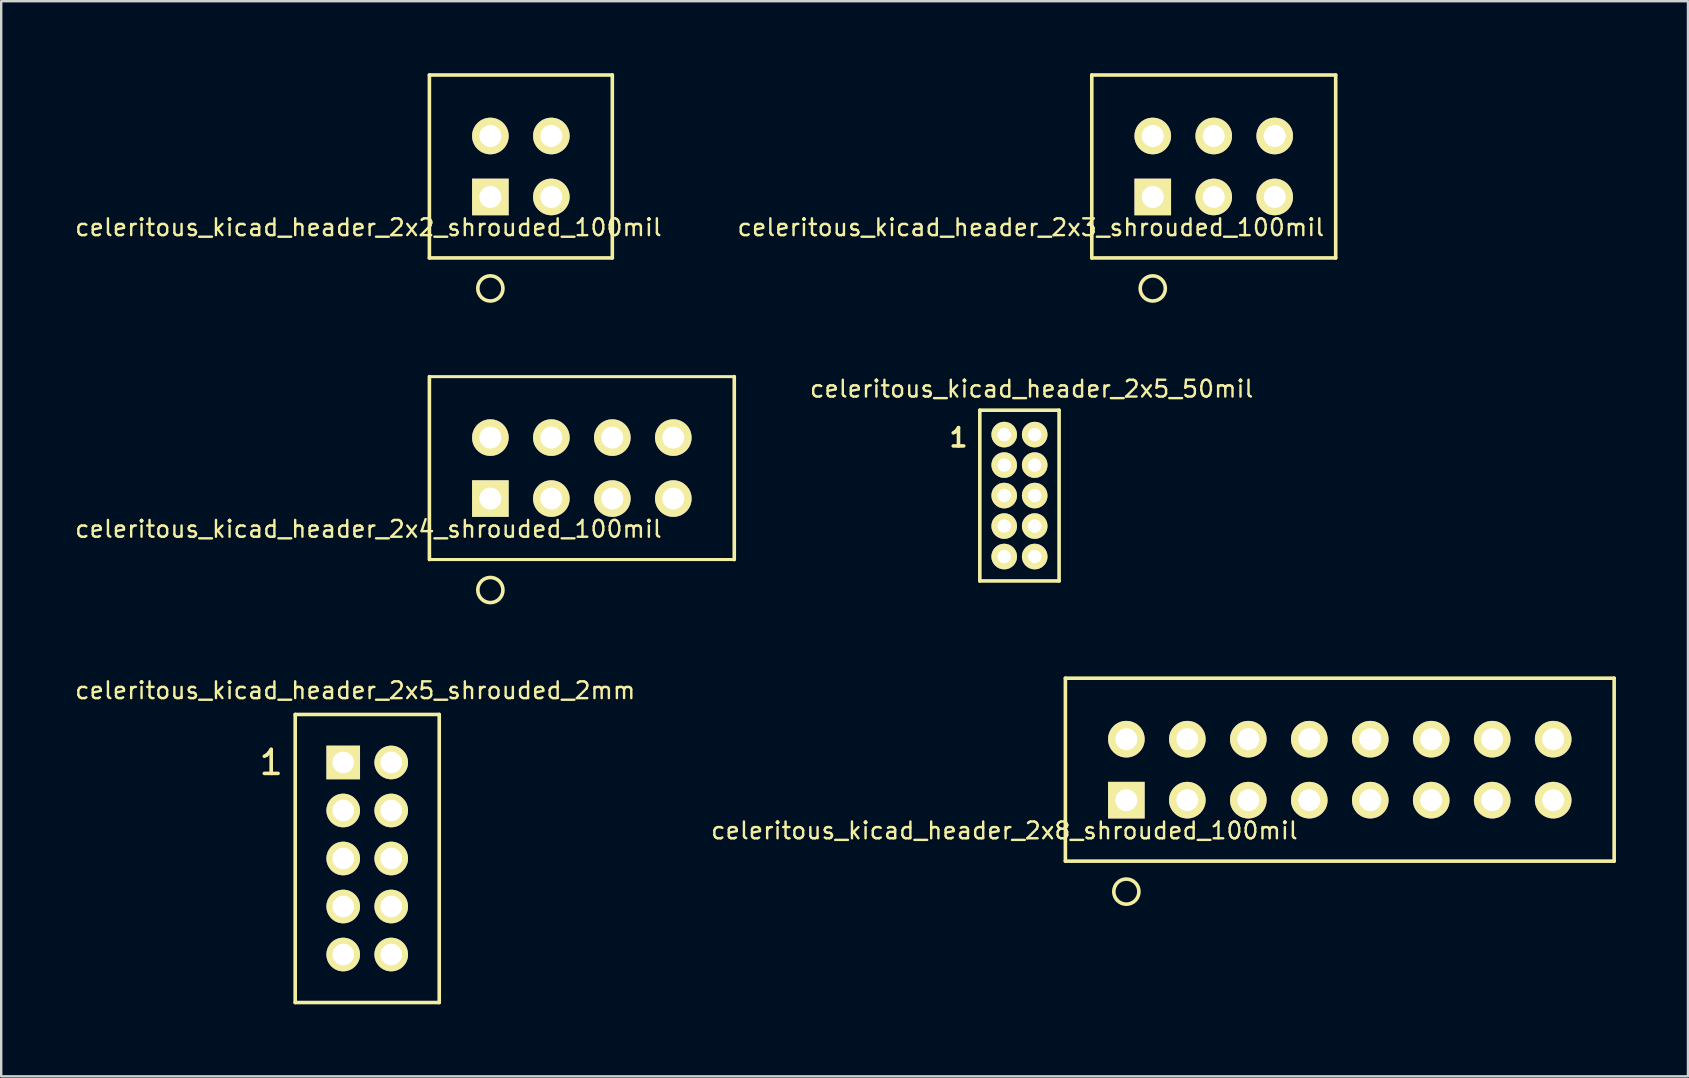
<source format=kicad_pcb>
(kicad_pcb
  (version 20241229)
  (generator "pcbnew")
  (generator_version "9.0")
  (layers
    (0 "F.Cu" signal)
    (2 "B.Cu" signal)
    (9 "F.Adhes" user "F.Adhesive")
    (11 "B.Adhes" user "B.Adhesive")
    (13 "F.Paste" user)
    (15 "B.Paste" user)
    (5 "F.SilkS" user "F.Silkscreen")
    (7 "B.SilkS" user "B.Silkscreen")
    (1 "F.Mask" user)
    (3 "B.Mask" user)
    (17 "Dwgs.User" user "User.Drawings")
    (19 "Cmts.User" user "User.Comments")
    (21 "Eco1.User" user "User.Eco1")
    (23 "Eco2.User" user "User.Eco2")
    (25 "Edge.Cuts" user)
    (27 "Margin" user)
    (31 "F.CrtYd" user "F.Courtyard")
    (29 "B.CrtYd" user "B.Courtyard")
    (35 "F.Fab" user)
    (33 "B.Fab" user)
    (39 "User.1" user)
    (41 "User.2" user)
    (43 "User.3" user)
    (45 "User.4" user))
  (footprint "celeritous_kicad_header_2x4_shrouded_100mil"
    (layer "F.Cu")
    (at 17.377 17.719)
    (property "Reference" "celeritous_kicad_header_2x4_shrouded_100mil" (at -5.08 1.27 0) (layer "F.SilkS") (effects (font (size 0.7 0.7) (thickness 0.1))))
    (attr through_hole)
    (fp_line (start -2.54 -5.08) (end -2.54 2.54) (stroke (width 0.15) (type solid)) (layer "F.SilkS"))
    (fp_line (start 10.16 -5.08) (end -2.54 -5.08) (stroke (width 0.127) (type solid)) (layer "F.SilkS"))
    (fp_line (start 10.16 -5.08) (end 10.16 2.54) (stroke (width 0.15) (type solid)) (layer "F.SilkS"))
    (fp_line (start 10.16 2.54) (end -2.54 2.54) (stroke (width 0.127) (type solid)) (layer "F.SilkS"))
    (fp_circle (center 0 3.81) (end 0.508 3.937) (stroke (width 0.15) (type solid)) (fill no) (layer "F.SilkS"))
    (pad "1" thru_hole rect (at 0 0) (size 1.524 1.524) (drill 0.914) (layers "*.Cu" "*.Mask" "F.SilkS"))
    (pad "2" thru_hole circle (at 0 -2.54) (size 1.524 1.524) (drill 0.914) (layers "*.Cu" "*.Mask" "F.SilkS"))
    (pad "3" thru_hole circle (at 2.54 0) (size 1.524 1.524) (drill 0.914) (layers "*.Cu" "*.Mask" "F.SilkS"))
    (pad "4" thru_hole circle (at 2.54 -2.54) (size 1.524 1.524) (drill 0.914) (layers "*.Cu" "*.Mask" "F.SilkS"))
    (pad "5" thru_hole circle (at 5.08 0) (size 1.524 1.524) (drill 0.914) (layers "*.Cu" "*.Mask" "F.SilkS"))
    (pad "6" thru_hole circle (at 5.08 -2.54) (size 1.524 1.524) (drill 0.914) (layers "*.Cu" "*.Mask" "F.SilkS"))
    (pad "7" thru_hole circle (at 7.62 0) (size 1.524 1.524) (drill 0.914) (layers "*.Cu" "*.Mask" "F.SilkS"))
    (pad "8" thru_hole circle (at 7.62 -2.54) (size 1.524 1.524) (drill 0.914) (layers "*.Cu" "*.Mask" "F.SilkS")))
  (footprint "celeritous_kicad_header_2x5_shrouded_2mm"
    (layer "F.Cu")
    (at 11.247 28.712)
    (property "Reference" "celeritous_kicad_header_2x5_shrouded_2mm" (at 0.5 -3 0) (layer "F.SilkS") (effects (font (size 0.7 0.7) (thickness 0.1))))
    (attr through_hole)
    (fp_line (start -2 -2) (end -2 10) (stroke (width 0.15) (type solid)) (layer "F.SilkS"))
    (fp_line (start -2 -2) (end 4 -2) (stroke (width 0.15) (type solid)) (layer "F.SilkS"))
    (fp_line (start 4 10) (end -2 10) (stroke (width 0.15) (type solid)) (layer "F.SilkS"))
    (fp_line (start 4 10) (end 4 -2) (stroke (width 0.15) (type solid)) (layer "F.SilkS"))
    (fp_text user "1" (at -3 0 0) (layer "F.SilkS") (effects (font (size 1 1) (thickness 0.15))))
    (pad "1" thru_hole rect (at 0 0) (size 1.4 1.4) (drill 0.9) (layers "*.Cu" "*.Mask" "F.SilkS"))
    (pad "2" thru_hole circle (at 2 0) (size 1.4 1.4) (drill 0.9) (layers "*.Cu" "*.Mask" "F.SilkS"))
    (pad "3" thru_hole circle (at 0 2) (size 1.4 1.4) (drill 0.9) (layers "*.Cu" "*.Mask" "F.SilkS"))
    (pad "4" thru_hole circle (at 2 2) (size 1.4 1.4) (drill 0.9) (layers "*.Cu" "*.Mask" "F.SilkS"))
    (pad "5" thru_hole circle (at 0 4) (size 1.4 1.4) (drill 0.9) (layers "*.Cu" "*.Mask" "F.SilkS"))
    (pad "6" thru_hole circle (at 2 4) (size 1.4 1.4) (drill 0.9) (layers "*.Cu" "*.Mask" "F.SilkS"))
    (pad "7" thru_hole circle (at 0 6) (size 1.4 1.4) (drill 0.9) (layers "*.Cu" "*.Mask" "F.SilkS"))
    (pad "8" thru_hole circle (at 2 6) (size 1.4 1.4) (drill 0.9) (layers "*.Cu" "*.Mask" "F.SilkS"))
    (pad "9" thru_hole circle (at 0 8) (size 1.4 1.4) (drill 0.9) (layers "*.Cu" "*.Mask" "F.SilkS"))
    (pad "10" thru_hole circle (at 2 8) (size 1.4 1.4) (drill 0.9) (layers "*.Cu" "*.Mask" "F.SilkS")))
  (footprint "celeritous_kicad_header_2x8_shrouded_100mil"
    (layer "F.Cu")
    (at 43.87 30.282)
    (property "Reference" "celeritous_kicad_header_2x8_shrouded_100mil" (at -5.08 1.27 0) (layer "F.SilkS") (effects (font (size 0.7 0.7) (thickness 0.1))))
    (attr through_hole)
    (fp_line (start -2.54 -5.08) (end -2.54 2.54) (stroke (width 0.15) (type solid)) (layer "F.SilkS"))
    (fp_line (start -2.54 2.54) (end 20.32 2.54) (stroke (width 0.15) (type solid)) (layer "F.SilkS"))
    (fp_line (start 20.32 -5.08) (end -2.54 -5.08) (stroke (width 0.15) (type solid)) (layer "F.SilkS"))
    (fp_line (start 20.32 -5.08) (end 20.32 2.54) (stroke (width 0.15) (type solid)) (layer "F.SilkS"))
    (fp_circle (center 0 3.81) (end 0.508 3.937) (stroke (width 0.15) (type solid)) (fill no) (layer "F.SilkS"))
    (pad "1" thru_hole rect (at 0 0) (size 1.524 1.524) (drill 0.914) (layers "*.Cu" "*.Mask" "F.SilkS"))
    (pad "2" thru_hole circle (at 0 -2.54) (size 1.524 1.524) (drill 0.914) (layers "*.Cu" "*.Mask" "F.SilkS"))
    (pad "3" thru_hole circle (at 2.54 0) (size 1.524 1.524) (drill 0.914) (layers "*.Cu" "*.Mask" "F.SilkS"))
    (pad "4" thru_hole circle (at 2.54 -2.54) (size 1.524 1.524) (drill 0.914) (layers "*.Cu" "*.Mask" "F.SilkS"))
    (pad "5" thru_hole circle (at 5.08 0) (size 1.524 1.524) (drill 0.914) (layers "*.Cu" "*.Mask" "F.SilkS"))
    (pad "6" thru_hole circle (at 5.08 -2.54) (size 1.524 1.524) (drill 0.914) (layers "*.Cu" "*.Mask" "F.SilkS"))
    (pad "7" thru_hole circle (at 7.62 0) (size 1.524 1.524) (drill 0.914) (layers "*.Cu" "*.Mask" "F.SilkS"))
    (pad "8" thru_hole circle (at 7.62 -2.54) (size 1.524 1.524) (drill 0.914) (layers "*.Cu" "*.Mask" "F.SilkS"))
    (pad "9" thru_hole circle (at 10.16 0) (size 1.524 1.524) (drill 0.914) (layers "*.Cu" "*.Mask" "F.SilkS"))
    (pad "10" thru_hole circle (at 10.16 -2.54) (size 1.524 1.524) (drill 0.914) (layers "*.Cu" "*.Mask" "F.SilkS"))
    (pad "11" thru_hole circle (at 12.7 0) (size 1.524 1.524) (drill 0.914) (layers "*.Cu" "*.Mask" "F.SilkS"))
    (pad "12" thru_hole circle (at 12.7 -2.54) (size 1.524 1.524) (drill 0.914) (layers "*.Cu" "*.Mask" "F.SilkS"))
    (pad "13" thru_hole circle (at 15.24 0) (size 1.524 1.524) (drill 0.914) (layers "*.Cu" "*.Mask" "F.SilkS"))
    (pad "14" thru_hole circle (at 15.24 -2.54) (size 1.524 1.524) (drill 0.914) (layers "*.Cu" "*.Mask" "F.SilkS"))
    (pad "15" thru_hole circle (at 17.78 0) (size 1.524 1.524) (drill 0.914) (layers "*.Cu" "*.Mask" "F.SilkS"))
    (pad "16" thru_hole circle (at 17.78 -2.54) (size 1.524 1.524) (drill 0.914) (layers "*.Cu" "*.Mask" "F.SilkS")))
  (footprint "celeritous_kicad_header_2x3_shrouded_100mil"
    (layer "F.Cu")
    (at 44.97 5.155)
    (property "Reference" "celeritous_kicad_header_2x3_shrouded_100mil" (at -5.08 1.27 0) (layer "F.SilkS") (effects (font (size 0.7 0.7) (thickness 0.1))))
    (attr through_hole)
    (fp_line (start -2.54 -5.08) (end -2.54 2.54) (stroke (width 0.15) (type solid)) (layer "F.SilkS"))
    (fp_line (start -2.54 -5.08) (end 7.62 -5.08) (stroke (width 0.15) (type solid)) (layer "F.SilkS"))
    (fp_line (start 7.62 -5.08) (end 7.62 2.54) (stroke (width 0.15) (type solid)) (layer "F.SilkS"))
    (fp_line (start 7.62 2.54) (end -2.54 2.54) (stroke (width 0.15) (type solid)) (layer "F.SilkS"))
    (fp_circle (center 0 3.81) (end 0.508 3.937) (stroke (width 0.15) (type solid)) (fill no) (layer "F.SilkS"))
    (pad "1" thru_hole rect (at 0 0) (size 1.524 1.524) (drill 0.914) (layers "*.Cu" "*.Mask" "F.SilkS"))
    (pad "2" thru_hole circle (at 0 -2.54) (size 1.524 1.524) (drill 0.914) (layers "*.Cu" "*.Mask" "F.SilkS"))
    (pad "3" thru_hole circle (at 2.54 0) (size 1.524 1.524) (drill 0.914) (layers "*.Cu" "*.Mask" "F.SilkS"))
    (pad "4" thru_hole circle (at 2.54 -2.54) (size 1.524 1.524) (drill 0.914) (layers "*.Cu" "*.Mask" "F.SilkS"))
    (pad "5" thru_hole circle (at 5.08 0) (size 1.524 1.524) (drill 0.914) (layers "*.Cu" "*.Mask" "F.SilkS"))
    (pad "6" thru_hole circle (at 5.08 -2.54) (size 1.524 1.524) (drill 0.914) (layers "*.Cu" "*.Mask" "F.SilkS")))
  (footprint "celeritous_kicad_header_2x5_50mil"
    (layer "F.Cu")
    (at 38.782 15.054)
    (property "Reference" "celeritous_kicad_header_2x5_50mil" (at 1.143 -1.905 0) (layer "F.SilkS") (effects (font (size 0.7 0.7) (thickness 0.1))))
    (attr through_hole)
    (fp_line (start -1.016 -1.016) (end -1.016 6.096) (stroke (width 0.15) (type solid)) (layer "F.SilkS"))
    (fp_line (start -1.016 6.096) (end 2.286 6.096) (stroke (width 0.15) (type solid)) (layer "F.SilkS"))
    (fp_line (start 2.286 -1.016) (end -1.016 -1.016) (stroke (width 0.15) (type solid)) (layer "F.SilkS"))
    (fp_line (start 2.286 6.096) (end 2.286 -1.016) (stroke (width 0.15) (type solid)) (layer "F.SilkS"))
    (fp_text user "1" (at -1.905 0.127 0) (layer "F.SilkS") (effects (font (size 0.762 0.762) (thickness 0.15))))
    (pad "1" thru_hole circle (at 0 0) (size 1.067 1.067) (drill 0.559) (layers "*.Cu" "*.Mask" "F.SilkS"))
    (pad "2" thru_hole circle (at 1.27 0) (size 1.067 1.067) (drill 0.559) (layers "*.Cu" "*.Mask" "F.SilkS"))
    (pad "3" thru_hole circle (at 0 1.27) (size 1.067 1.067) (drill 0.559) (layers "*.Cu" "*.Mask" "F.SilkS"))
    (pad "4" thru_hole circle (at 1.27 1.27) (size 1.067 1.067) (drill 0.559) (layers "*.Cu" "*.Mask" "F.SilkS"))
    (pad "5" thru_hole circle (at 0 2.54) (size 1.067 1.067) (drill 0.559) (layers "*.Cu" "*.Mask" "F.SilkS"))
    (pad "6" thru_hole circle (at 1.27 2.54) (size 1.067 1.067) (drill 0.559) (layers "*.Cu" "*.Mask" "F.SilkS"))
    (pad "7" thru_hole circle (at 0 3.81) (size 1.067 1.067) (drill 0.559) (layers "*.Cu" "*.Mask" "F.SilkS"))
    (pad "8" thru_hole circle (at 1.27 3.81) (size 1.067 1.067) (drill 0.559) (layers "*.Cu" "*.Mask" "F.SilkS"))
    (pad "9" thru_hole circle (at 0 5.08) (size 1.067 1.067) (drill 0.559) (layers "*.Cu" "*.Mask" "F.SilkS"))
    (pad "10" thru_hole circle (at 1.27 5.08) (size 1.067 1.067) (drill 0.559) (layers "*.Cu" "*.Mask" "F.SilkS")))
  (footprint "celeritous_kicad_header_2x2_shrouded_100mil"
    (layer "F.Cu")
    (at 17.377 5.155)
    (property "Reference" "celeritous_kicad_header_2x2_shrouded_100mil" (at -5.08 1.27 0) (layer "F.SilkS") (effects (font (size 0.7 0.7) (thickness 0.1))))
    (attr through_hole)
    (fp_line (start -2.54 -5.08) (end -2.54 2.54) (stroke (width 0.15) (type solid)) (layer "F.SilkS"))
    (fp_line (start -2.54 2.54) (end 5.08 2.54) (stroke (width 0.15) (type solid)) (layer "F.SilkS"))
    (fp_line (start 5.08 -5.08) (end -2.54 -5.08) (stroke (width 0.15) (type solid)) (layer "F.SilkS"))
    (fp_line (start 5.08 -5.08) (end 5.08 2.54) (stroke (width 0.15) (type solid)) (layer "F.SilkS"))
    (fp_circle (center 0 3.81) (end 0.508 3.937) (stroke (width 0.15) (type solid)) (fill no) (layer "F.SilkS"))
    (pad "1" thru_hole rect (at 0 0) (size 1.524 1.524) (drill 0.914) (layers "*.Cu" "*.Mask" "F.SilkS"))
    (pad "2" thru_hole circle (at 0 -2.54) (size 1.524 1.524) (drill 0.914) (layers "*.Cu" "*.Mask" "F.SilkS"))
    (pad "3" thru_hole circle (at 2.54 0) (size 1.524 1.524) (drill 0.914) (layers "*.Cu" "*.Mask" "F.SilkS"))
    (pad "4" thru_hole circle (at 2.54 -2.54) (size 1.524 1.524) (drill 0.914) (layers "*.Cu" "*.Mask" "F.SilkS")))
  (gr_rect
    (start -3 -3)
    (end 67.265 41.787)
    (stroke (width 0.1) (type default))
    (fill no)
    (layer "Edge.Cuts")))
</source>
